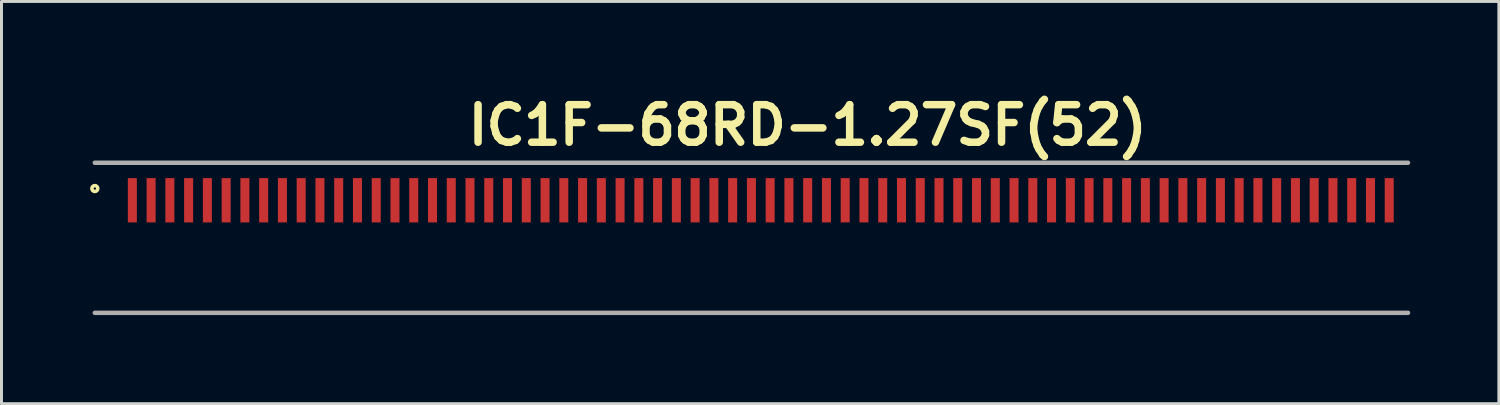
<source format=kicad_pcb>
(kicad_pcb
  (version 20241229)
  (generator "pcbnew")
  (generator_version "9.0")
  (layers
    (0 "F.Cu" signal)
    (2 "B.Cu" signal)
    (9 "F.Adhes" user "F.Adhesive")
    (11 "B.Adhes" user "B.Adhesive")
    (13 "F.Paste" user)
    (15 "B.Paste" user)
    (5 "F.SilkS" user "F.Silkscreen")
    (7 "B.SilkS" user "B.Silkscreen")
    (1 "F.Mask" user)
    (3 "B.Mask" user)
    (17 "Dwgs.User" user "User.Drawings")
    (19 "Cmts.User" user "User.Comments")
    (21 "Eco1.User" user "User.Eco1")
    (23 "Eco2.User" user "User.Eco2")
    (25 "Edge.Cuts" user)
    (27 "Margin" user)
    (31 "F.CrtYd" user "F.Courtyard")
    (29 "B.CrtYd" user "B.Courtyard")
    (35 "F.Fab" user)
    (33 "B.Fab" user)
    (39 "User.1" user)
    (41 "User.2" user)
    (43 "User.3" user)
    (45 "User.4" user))
  (footprint "IC1F-68RD-1.27SF(52)"
    (layer "F.Cu")
    (at 1.43 3.729)
    (property "Reference" "IC1F-68RD-1.27SF(52)" (at 22.86 -2.54 0) (layer "F.SilkS") (effects (font (size 1.27 1.27) (thickness 0.254))))
    (attr smd)
    (fp_circle (center -1.27 -0.397) (end -1.17 -0.397) (stroke (width 0.12) (type solid)) (fill no) (layer "F.SilkS"))
    (fp_line (start -1.27 -1.27) (end 43.18 -1.27) (stroke (width 0.152) (type solid)) (layer "F.Fab"))
    (fp_line (start -1.27 3.81) (end 43.18 3.81) (stroke (width 0.152) (type solid)) (layer "F.Fab"))
    (pad "1" smd rect (at 0 0) (size 0.305 1.499) (layers "F.Cu" "F.Mask" "F.Paste"))
    (pad "2" smd rect (at 1.27 0) (size 0.305 1.499) (layers "F.Cu" "F.Mask" "F.Paste"))
    (pad "3" smd rect (at 2.54 0) (size 0.305 1.499) (layers "F.Cu" "F.Mask" "F.Paste"))
    (pad "4" smd rect (at 3.81 0) (size 0.305 1.499) (layers "F.Cu" "F.Mask" "F.Paste"))
    (pad "5" smd rect (at 5.08 0) (size 0.305 1.499) (layers "F.Cu" "F.Mask" "F.Paste"))
    (pad "6" smd rect (at 6.35 0) (size 0.305 1.499) (layers "F.Cu" "F.Mask" "F.Paste"))
    (pad "7" smd rect (at 7.62 0) (size 0.305 1.499) (layers "F.Cu" "F.Mask" "F.Paste"))
    (pad "8" smd rect (at 8.89 0) (size 0.305 1.499) (layers "F.Cu" "F.Mask" "F.Paste"))
    (pad "9" smd rect (at 10.16 0) (size 0.305 1.499) (layers "F.Cu" "F.Mask" "F.Paste"))
    (pad "10" smd rect (at 11.43 0) (size 0.305 1.499) (layers "F.Cu" "F.Mask" "F.Paste"))
    (pad "11" smd rect (at 12.7 0) (size 0.305 1.499) (layers "F.Cu" "F.Mask" "F.Paste"))
    (pad "12" smd rect (at 13.97 0) (size 0.305 1.499) (layers "F.Cu" "F.Mask" "F.Paste"))
    (pad "13" smd rect (at 15.24 0) (size 0.305 1.499) (layers "F.Cu" "F.Mask" "F.Paste"))
    (pad "14" smd rect (at 16.51 0) (size 0.305 1.499) (layers "F.Cu" "F.Mask" "F.Paste"))
    (pad "15" smd rect (at 17.78 0) (size 0.305 1.499) (layers "F.Cu" "F.Mask" "F.Paste"))
    (pad "16" smd rect (at 19.05 0) (size 0.305 1.499) (layers "F.Cu" "F.Mask" "F.Paste"))
    (pad "17" smd rect (at 20.32 0) (size 0.305 1.499) (layers "F.Cu" "F.Mask" "F.Paste"))
    (pad "18" smd rect (at 21.59 0) (size 0.305 1.499) (layers "F.Cu" "F.Mask" "F.Paste"))
    (pad "19" smd rect (at 22.86 0) (size 0.305 1.499) (layers "F.Cu" "F.Mask" "F.Paste"))
    (pad "20" smd rect (at 24.13 0) (size 0.305 1.499) (layers "F.Cu" "F.Mask" "F.Paste"))
    (pad "21" smd rect (at 25.4 0) (size 0.305 1.499) (layers "F.Cu" "F.Mask" "F.Paste"))
    (pad "22" smd rect (at 26.67 0) (size 0.305 1.499) (layers "F.Cu" "F.Mask" "F.Paste"))
    (pad "23" smd rect (at 27.94 0) (size 0.305 1.499) (layers "F.Cu" "F.Mask" "F.Paste"))
    (pad "24" smd rect (at 29.21 0) (size 0.305 1.499) (layers "F.Cu" "F.Mask" "F.Paste"))
    (pad "25" smd rect (at 30.48 0) (size 0.305 1.499) (layers "F.Cu" "F.Mask" "F.Paste"))
    (pad "26" smd rect (at 31.75 0) (size 0.305 1.499) (layers "F.Cu" "F.Mask" "F.Paste"))
    (pad "27" smd rect (at 33.02 0) (size 0.305 1.499) (layers "F.Cu" "F.Mask" "F.Paste"))
    (pad "28" smd rect (at 34.29 0) (size 0.305 1.499) (layers "F.Cu" "F.Mask" "F.Paste"))
    (pad "29" smd rect (at 35.56 0) (size 0.305 1.499) (layers "F.Cu" "F.Mask" "F.Paste"))
    (pad "30" smd rect (at 36.83 0) (size 0.305 1.499) (layers "F.Cu" "F.Mask" "F.Paste"))
    (pad "31" smd rect (at 38.1 0) (size 0.305 1.499) (layers "F.Cu" "F.Mask" "F.Paste"))
    (pad "32" smd rect (at 39.37 0) (size 0.305 1.499) (layers "F.Cu" "F.Mask" "F.Paste"))
    (pad "33" smd rect (at 40.64 0) (size 0.305 1.499) (layers "F.Cu" "F.Mask" "F.Paste"))
    (pad "34" smd rect (at 41.91 0) (size 0.305 1.499) (layers "F.Cu" "F.Mask" "F.Paste"))
    (pad "35" smd rect (at 0.635 0) (size 0.305 1.499) (layers "F.Cu" "F.Mask" "F.Paste"))
    (pad "36" smd rect (at 1.905 0) (size 0.305 1.499) (layers "F.Cu" "F.Mask" "F.Paste"))
    (pad "37" smd rect (at 3.175 0) (size 0.305 1.499) (layers "F.Cu" "F.Mask" "F.Paste"))
    (pad "38" smd rect (at 4.445 0) (size 0.305 1.499) (layers "F.Cu" "F.Mask" "F.Paste"))
    (pad "39" smd rect (at 5.715 0) (size 0.305 1.499) (layers "F.Cu" "F.Mask" "F.Paste"))
    (pad "40" smd rect (at 6.985 0) (size 0.305 1.499) (layers "F.Cu" "F.Mask" "F.Paste"))
    (pad "41" smd rect (at 8.255 0) (size 0.305 1.499) (layers "F.Cu" "F.Mask" "F.Paste"))
    (pad "42" smd rect (at 9.525 0) (size 0.305 1.499) (layers "F.Cu" "F.Mask" "F.Paste"))
    (pad "43" smd rect (at 10.795 0) (size 0.305 1.499) (layers "F.Cu" "F.Mask" "F.Paste"))
    (pad "44" smd rect (at 12.065 0) (size 0.305 1.499) (layers "F.Cu" "F.Mask" "F.Paste"))
    (pad "45" smd rect (at 13.335 0) (size 0.305 1.499) (layers "F.Cu" "F.Mask" "F.Paste"))
    (pad "46" smd rect (at 14.605 0) (size 0.305 1.499) (layers "F.Cu" "F.Mask" "F.Paste"))
    (pad "47" smd rect (at 15.875 0) (size 0.305 1.499) (layers "F.Cu" "F.Mask" "F.Paste"))
    (pad "48" smd rect (at 17.145 0) (size 0.305 1.499) (layers "F.Cu" "F.Mask" "F.Paste"))
    (pad "49" smd rect (at 18.415 0) (size 0.305 1.499) (layers "F.Cu" "F.Mask" "F.Paste"))
    (pad "50" smd rect (at 19.685 0) (size 0.305 1.499) (layers "F.Cu" "F.Mask" "F.Paste"))
    (pad "51" smd rect (at 20.955 0) (size 0.305 1.499) (layers "F.Cu" "F.Mask" "F.Paste"))
    (pad "52" smd rect (at 22.225 0) (size 0.305 1.499) (layers "F.Cu" "F.Mask" "F.Paste"))
    (pad "53" smd rect (at 23.495 0) (size 0.305 1.499) (layers "F.Cu" "F.Mask" "F.Paste"))
    (pad "54" smd rect (at 24.765 0) (size 0.305 1.499) (layers "F.Cu" "F.Mask" "F.Paste"))
    (pad "55" smd rect (at 26.035 0) (size 0.305 1.499) (layers "F.Cu" "F.Mask" "F.Paste"))
    (pad "56" smd rect (at 27.305 0) (size 0.305 1.499) (layers "F.Cu" "F.Mask" "F.Paste"))
    (pad "57" smd rect (at 28.575 0) (size 0.305 1.499) (layers "F.Cu" "F.Mask" "F.Paste"))
    (pad "58" smd rect (at 29.845 0) (size 0.305 1.499) (layers "F.Cu" "F.Mask" "F.Paste"))
    (pad "59" smd rect (at 31.115 0) (size 0.305 1.499) (layers "F.Cu" "F.Mask" "F.Paste"))
    (pad "60" smd rect (at 32.385 0) (size 0.305 1.499) (layers "F.Cu" "F.Mask" "F.Paste"))
    (pad "61" smd rect (at 33.655 0) (size 0.305 1.499) (layers "F.Cu" "F.Mask" "F.Paste"))
    (pad "62" smd rect (at 34.925 0) (size 0.305 1.499) (layers "F.Cu" "F.Mask" "F.Paste"))
    (pad "63" smd rect (at 36.195 0) (size 0.305 1.499) (layers "F.Cu" "F.Mask" "F.Paste"))
    (pad "64" smd rect (at 37.465 0) (size 0.305 1.499) (layers "F.Cu" "F.Mask" "F.Paste"))
    (pad "65" smd rect (at 38.735 0) (size 0.305 1.499) (layers "F.Cu" "F.Mask" "F.Paste"))
    (pad "66" smd rect (at 40.005 0) (size 0.305 1.499) (layers "F.Cu" "F.Mask" "F.Paste"))
    (pad "67" smd rect (at 41.275 0) (size 0.305 1.499) (layers "F.Cu" "F.Mask" "F.Paste"))
    (pad "68" smd rect (at 42.545 0) (size 0.305 1.499) (layers "F.Cu" "F.Mask" "F.Paste")))
  (gr_rect
    (start -3 -3)
    (end 47.686 10.615)
    (stroke (width 0.1) (type default))
    (fill no)
    (layer "Edge.Cuts")))
</source>
